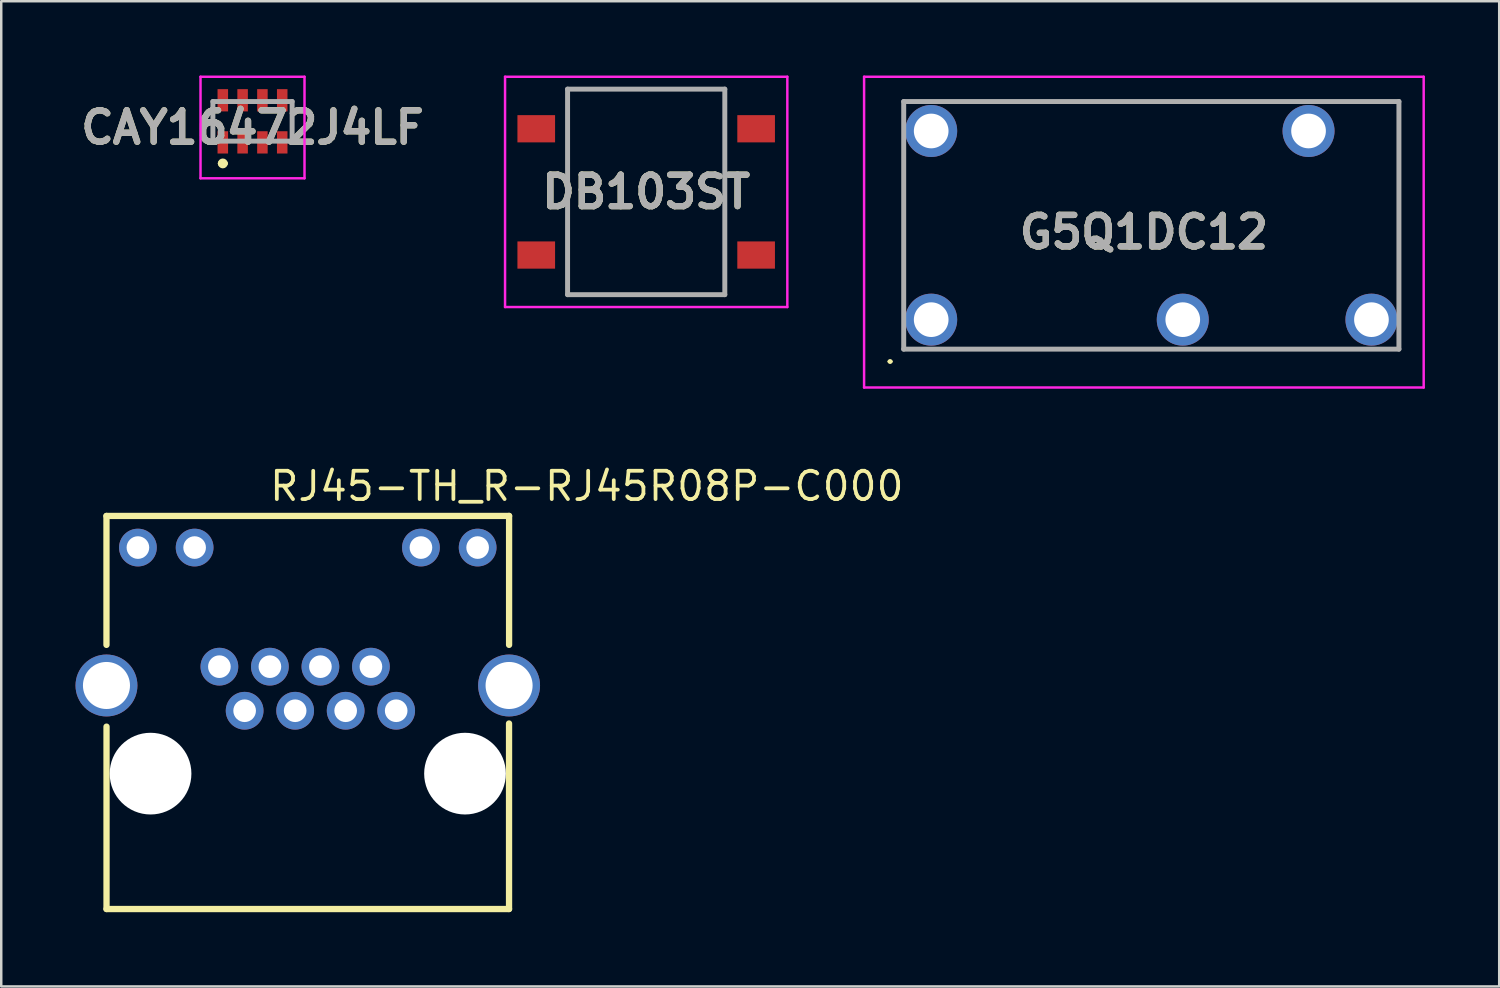
<source format=kicad_pcb>
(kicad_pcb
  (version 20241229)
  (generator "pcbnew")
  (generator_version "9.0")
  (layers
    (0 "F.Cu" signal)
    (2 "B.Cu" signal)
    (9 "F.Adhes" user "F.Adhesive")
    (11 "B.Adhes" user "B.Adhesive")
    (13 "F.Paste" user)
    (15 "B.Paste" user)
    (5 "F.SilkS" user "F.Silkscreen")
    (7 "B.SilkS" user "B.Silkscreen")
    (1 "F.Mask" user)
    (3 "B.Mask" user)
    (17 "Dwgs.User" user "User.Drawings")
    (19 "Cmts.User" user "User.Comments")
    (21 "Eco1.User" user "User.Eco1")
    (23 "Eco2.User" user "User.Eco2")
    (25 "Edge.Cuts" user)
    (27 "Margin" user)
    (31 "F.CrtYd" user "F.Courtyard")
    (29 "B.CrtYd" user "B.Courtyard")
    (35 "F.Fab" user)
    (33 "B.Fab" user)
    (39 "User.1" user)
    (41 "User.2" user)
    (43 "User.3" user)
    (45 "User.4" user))
  (footprint "DB103ST"
    (layer "F.Cu")
    (at 23.047 4.7)
    (property "Reference" "DB103ST" (at 0 0 0) (layer "F.SilkS") (effects (font (size 1.27 1.27) (thickness 0.254))))
    (attr smd)
    (fp_line (start -3.175 -4.15) (end 3.175 -4.15) (stroke (width 0.1) (type solid)) (layer "F.SilkS"))
    (fp_line (start -3.175 4.15) (end -3.175 -4.15) (stroke (width 0.1) (type solid)) (layer "F.SilkS"))
    (fp_line (start 3.175 -4.15) (end 3.175 4.15) (stroke (width 0.1) (type solid)) (layer "F.SilkS"))
    (fp_line (start 3.175 4.15) (end -3.175 4.15) (stroke (width 0.1) (type solid)) (layer "F.SilkS"))
    (fp_line (start -5.7 -4.65) (end 5.7 -4.65) (stroke (width 0.1) (type solid)) (layer "F.CrtYd"))
    (fp_line (start -5.7 4.65) (end -5.7 -4.65) (stroke (width 0.1) (type solid)) (layer "F.CrtYd"))
    (fp_line (start 5.7 -4.65) (end 5.7 4.65) (stroke (width 0.1) (type solid)) (layer "F.CrtYd"))
    (fp_line (start 5.7 4.65) (end -5.7 4.65) (stroke (width 0.1) (type solid)) (layer "F.CrtYd"))
    (fp_line (start -3.175 -4.15) (end 3.175 -4.15) (stroke (width 0.2) (type solid)) (layer "F.Fab"))
    (fp_line (start -3.175 4.15) (end -3.175 -4.15) (stroke (width 0.2) (type solid)) (layer "F.Fab"))
    (fp_line (start 3.175 -4.15) (end 3.175 4.15) (stroke (width 0.2) (type solid)) (layer "F.Fab"))
    (fp_line (start 3.175 4.15) (end -3.175 4.15) (stroke (width 0.2) (type solid)) (layer "F.Fab"))
    (fp_text user "${REFERENCE}" (at 0 0 0) (layer "F.Fab") (effects (font (size 1.27 1.27) (thickness 0.254))))
    (pad "1" smd rect (at -4.44 -2.55 90) (size 1.1 1.52) (layers "F.Cu" "F.Mask" "F.Paste"))
    (pad "2" smd rect (at 4.44 -2.55 90) (size 1.1 1.52) (layers "F.Cu" "F.Mask" "F.Paste"))
    (pad "3" smd rect (at -4.44 2.55 90) (size 1.1 1.52) (layers "F.Cu" "F.Mask" "F.Paste"))
    (pad "4" smd rect (at 4.44 2.55 90) (size 1.1 1.52) (layers "F.Cu" "F.Mask" "F.Paste")))
  (footprint "RJ45-TH_R-RJ45R08P-C000"
    (layer "F.Cu")
    (at 9.38 22.359)
    (property "Reference" "RJ45-TH_R-RJ45R08P-C000" (at -1.622 -5.774 0) (layer "F.SilkS") (effects (font (size 1.143 1.143) (thickness 0.152)) (justify left)))
    (attr through_hole)
    (fp_line (start -8.13 -4.572) (end -8.13 0.635) (stroke (width 0.254) (type solid)) (layer "F.SilkS"))
    (fp_line (start -8.128 3.937) (end -8.128 11.303) (stroke (width 0.254) (type solid)) (layer "F.SilkS"))
    (fp_line (start -8.128 11.303) (end 8.128 11.303) (stroke (width 0.254) (type solid)) (layer "F.SilkS"))
    (fp_line (start 8.128 11.303) (end 8.128 3.81) (stroke (width 0.254) (type solid)) (layer "F.SilkS"))
    (fp_line (start 8.13 -4.572) (end -8.13 -4.572) (stroke (width 0.254) (type solid)) (layer "F.SilkS"))
    (fp_line (start 8.13 0.635) (end 8.13 -4.572) (stroke (width 0.254) (type solid)) (layer "F.SilkS"))
    (fp_circle (center -6.35 5.835) (end -5.6 5.835) (stroke (width 1.5) (type solid)) (fill no) (layer "Cmts.User"))
    (fp_circle (center 6.35 5.835) (end 7.1 5.835) (stroke (width 1.5) (type solid)) (fill no) (layer "Cmts.User"))
    (pad "" np_thru_hole circle (at -6.35 5.835) (size 3.3 3.3) (drill 3.3) (layers "*.Cu" "*.Mask"))
    (pad "" np_thru_hole circle (at 6.35 5.835) (size 3.3 3.3) (drill 3.3) (layers "*.Cu" "*.Mask"))
    (pad "1" thru_hole circle (at 3.57 3.295) (size 1.524 1.524) (drill 0.914) (layers "*.Cu" "*.Paste" "*.Mask"))
    (pad "2" thru_hole circle (at 2.55 1.515) (size 1.524 1.524) (drill 0.914) (layers "*.Cu" "*.Paste" "*.Mask"))
    (pad "3" thru_hole circle (at 1.53 3.295) (size 1.524 1.524) (drill 0.914) (layers "*.Cu" "*.Paste" "*.Mask"))
    (pad "4" thru_hole circle (at 0.51 1.515) (size 1.524 1.524) (drill 0.914) (layers "*.Cu" "*.Paste" "*.Mask"))
    (pad "5" thru_hole circle (at -0.51 3.295) (size 1.524 1.524) (drill 0.914) (layers "*.Cu" "*.Paste" "*.Mask"))
    (pad "6" thru_hole circle (at -1.53 1.515) (size 1.524 1.524) (drill 0.914) (layers "*.Cu" "*.Paste" "*.Mask"))
    (pad "7" thru_hole circle (at -2.55 3.295) (size 1.524 1.524) (drill 0.914) (layers "*.Cu" "*.Paste" "*.Mask"))
    (pad "8" thru_hole circle (at -3.57 1.515) (size 1.524 1.524) (drill 0.914) (layers "*.Cu" "*.Paste" "*.Mask"))
    (pad "9" thru_hole circle (at -6.86 -3.295) (size 1.524 1.524) (drill 0.914) (layers "*.Cu" "*.Paste" "*.Mask"))
    (pad "10" thru_hole circle (at -4.57 -3.295) (size 1.524 1.524) (drill 0.914) (layers "*.Cu" "*.Paste" "*.Mask"))
    (pad "11" thru_hole circle (at 4.57 -3.295) (size 1.524 1.524) (drill 0.914) (layers "*.Cu" "*.Paste" "*.Mask"))
    (pad "12" thru_hole circle (at 6.86 -3.295) (size 1.524 1.524) (drill 0.914) (layers "*.Cu" "*.Paste" "*.Mask"))
    (pad "13" thru_hole circle (at 8.13 2.275) (size 2.5 2.5) (drill 1.9) (layers "*.Cu" "*.Paste" "*.Mask"))
    (pad "14" thru_hole circle (at -8.13 2.275) (size 2.5 2.5) (drill 1.9) (layers "*.Cu" "*.Paste" "*.Mask")))
  (footprint "CAY16472J4LF"
    (layer "F.Cu")
    (at 7.148 1.85)
    (property "Reference" "CAY16472J4LF" (at 0 0.25 0) (layer "F.SilkS") (effects (font (size 1.27 1.27) (thickness 0.254))))
    (attr smd)
    (fp_line (start -1.6 -0.3) (end -1.6 0.3) (stroke (width 0.1) (type solid)) (layer "F.SilkS"))
    (fp_line (start -1.3 1.7) (end -1.3 1.7) (stroke (width 0.2) (type solid)) (layer "F.SilkS"))
    (fp_line (start -1.1 1.7) (end -1.1 1.7) (stroke (width 0.2) (type solid)) (layer "F.SilkS"))
    (fp_line (start 1.6 -0.3) (end 1.6 0.3) (stroke (width 0.1) (type solid)) (layer "F.SilkS"))
    (fp_arc (start -1.3 1.7) (mid -1.2 1.6) (end -1.1 1.7) (stroke (width 0.2) (type solid)) (layer "F.SilkS"))
    (fp_arc (start -1.1 1.7) (mid -1.2 1.8) (end -1.3 1.7) (stroke (width 0.2) (type solid)) (layer "F.SilkS"))
    (fp_line (start -2.1 -1.8) (end 2.1 -1.8) (stroke (width 0.1) (type solid)) (layer "F.CrtYd"))
    (fp_line (start -2.1 2.3) (end -2.1 -1.8) (stroke (width 0.1) (type solid)) (layer "F.CrtYd"))
    (fp_line (start 2.1 -1.8) (end 2.1 2.3) (stroke (width 0.1) (type solid)) (layer "F.CrtYd"))
    (fp_line (start 2.1 2.3) (end -2.1 2.3) (stroke (width 0.1) (type solid)) (layer "F.CrtYd"))
    (fp_line (start -1.6 -0.8) (end 1.6 -0.8) (stroke (width 0.2) (type solid)) (layer "F.Fab"))
    (fp_line (start -1.6 0.8) (end -1.6 -0.8) (stroke (width 0.2) (type solid)) (layer "F.Fab"))
    (fp_line (start 1.6 -0.8) (end 1.6 0.8) (stroke (width 0.2) (type solid)) (layer "F.Fab"))
    (fp_line (start 1.6 0.8) (end -1.6 0.8) (stroke (width 0.2) (type solid)) (layer "F.Fab"))
    (fp_text user "${REFERENCE}" (at 0 0.25 0) (layer "F.Fab") (effects (font (size 1.27 1.27) (thickness 0.254))))
    (pad "1" smd rect (at -1.2 0.85) (size 0.425 0.9) (layers "F.Cu" "F.Mask" "F.Paste"))
    (pad "2" smd rect (at -0.4 0.85) (size 0.425 0.9) (layers "F.Cu" "F.Mask" "F.Paste"))
    (pad "3" smd rect (at 0.4 0.85) (size 0.425 0.9) (layers "F.Cu" "F.Mask" "F.Paste"))
    (pad "4" smd rect (at 1.2 0.85) (size 0.425 0.9) (layers "F.Cu" "F.Mask" "F.Paste"))
    (pad "5" smd rect (at 1.2 -0.85) (size 0.425 0.9) (layers "F.Cu" "F.Mask" "F.Paste"))
    (pad "6" smd rect (at 0.4 -0.85) (size 0.425 0.9) (layers "F.Cu" "F.Mask" "F.Paste"))
    (pad "7" smd rect (at -0.4 -0.85) (size 0.425 0.9) (layers "F.Cu" "F.Mask" "F.Paste"))
    (pad "8" smd rect (at -1.2 -0.85) (size 0.425 0.9) (layers "F.Cu" "F.Mask" "F.Paste")))
  (footprint "G5Q1DC12"
    (layer "F.Cu")
    (at 34.557 9.86)
    (property "Reference" "G5Q1DC12" (at 8.59 -3.535 0) (layer "F.SilkS") (effects (font (size 1.27 1.27) (thickness 0.254))))
    (attr through_hole)
    (fp_line (start -1.71 1.69) (end -1.71 1.69) (stroke (width 0.1) (type solid)) (layer "F.SilkS"))
    (fp_line (start -1.61 1.69) (end -1.61 1.69) (stroke (width 0.1) (type solid)) (layer "F.SilkS"))
    (fp_line (start -1.11 -5.81) (end -1.11 -1.81) (stroke (width 0.1) (type solid)) (layer "F.SilkS"))
    (fp_line (start 1.39 -8.81) (end 12.89 -8.81) (stroke (width 0.1) (type solid)) (layer "F.SilkS"))
    (fp_line (start 2.89 1.19) (end 8.39 1.19) (stroke (width 0.1) (type solid)) (layer "F.SilkS"))
    (fp_line (start 12.39 1.19) (end 16.39 1.19) (stroke (width 0.1) (type solid)) (layer "F.SilkS"))
    (fp_line (start 16.89 -8.81) (end 18.89 -8.81) (stroke (width 0.1) (type solid)) (layer "F.SilkS"))
    (fp_line (start 18.89 -8.81) (end 18.89 -1.81) (stroke (width 0.1) (type solid)) (layer "F.SilkS"))
    (fp_arc (start -1.71 1.69) (mid -1.66 1.64) (end -1.61 1.69) (stroke (width 0.1) (type solid)) (layer "F.SilkS"))
    (fp_arc (start -1.61 1.69) (mid -1.66 1.74) (end -1.71 1.69) (stroke (width 0.1) (type solid)) (layer "F.SilkS"))
    (fp_line (start -2.71 -9.81) (end -2.71 2.74) (stroke (width 0.1) (type solid)) (layer "F.CrtYd"))
    (fp_line (start -2.71 2.74) (end 19.89 2.74) (stroke (width 0.1) (type solid)) (layer "F.CrtYd"))
    (fp_line (start 19.89 -9.81) (end -2.71 -9.81) (stroke (width 0.1) (type solid)) (layer "F.CrtYd"))
    (fp_line (start 19.89 2.74) (end 19.89 -9.81) (stroke (width 0.1) (type solid)) (layer "F.CrtYd"))
    (fp_line (start -1.11 -8.81) (end -1.11 1.19) (stroke (width 0.2) (type solid)) (layer "F.Fab"))
    (fp_line (start -1.11 1.19) (end 18.89 1.19) (stroke (width 0.2) (type solid)) (layer "F.Fab"))
    (fp_line (start 18.89 -8.81) (end -1.11 -8.81) (stroke (width 0.2) (type solid)) (layer "F.Fab"))
    (fp_line (start 18.89 1.19) (end 18.89 -8.81) (stroke (width 0.2) (type solid)) (layer "F.Fab"))
    (fp_text user "${REFERENCE}" (at 8.59 -3.535 0) (layer "F.Fab") (effects (font (size 1.27 1.27) (thickness 0.254))))
    (pad "1" thru_hole circle (at 0 0) (size 2.1 2.1) (drill 1.4) (layers "*.Cu" "*.Mask"))
    (pad "2" thru_hole circle (at 10.16 0) (size 2.1 2.1) (drill 1.4) (layers "*.Cu" "*.Mask"))
    (pad "3" thru_hole circle (at 17.78 0) (size 2.1 2.1) (drill 1.4) (layers "*.Cu" "*.Mask"))
    (pad "4" thru_hole circle (at 15.24 -7.62) (size 2.1 2.1) (drill 1.4) (layers "*.Cu" "*.Mask"))
    (pad "5" thru_hole circle (at 0 -7.62) (size 2.1 2.1) (drill 1.4) (layers "*.Cu" "*.Mask")))
  (gr_rect
    (start -3 -3)
    (end 57.497 36.789)
    (stroke (width 0.1) (type default))
    (fill no)
    (layer "Edge.Cuts")))
</source>
